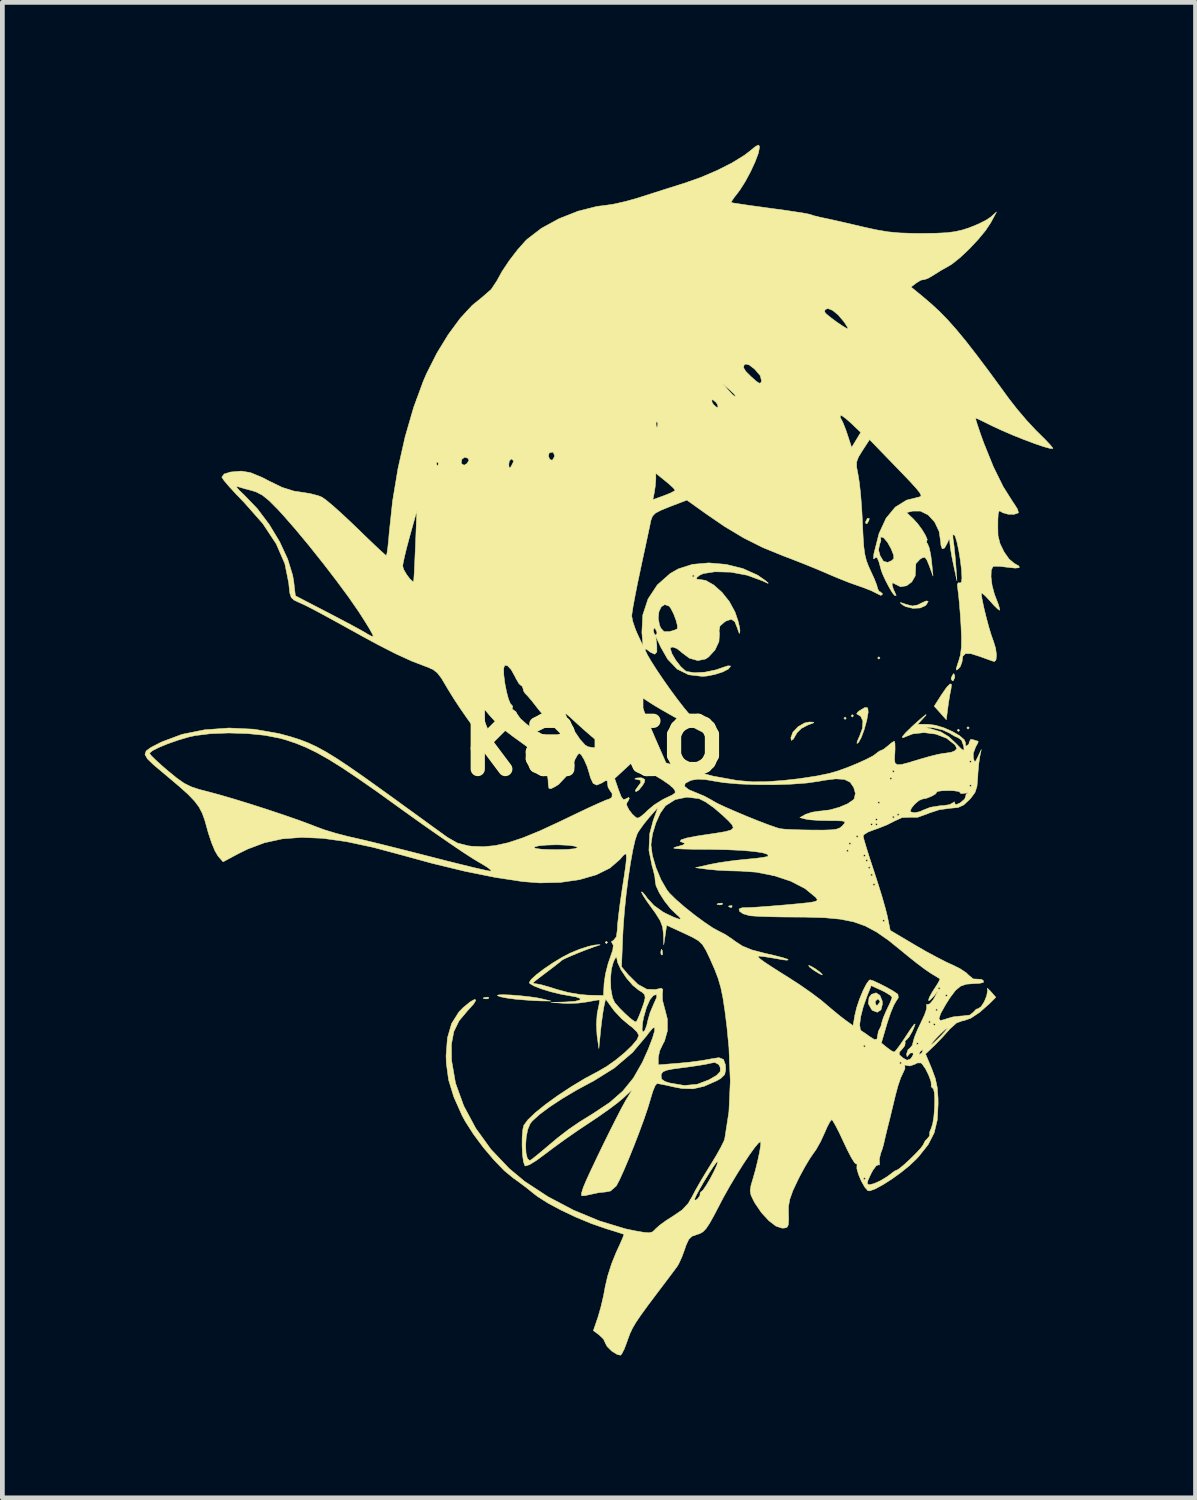
<source format=kicad_pcb>
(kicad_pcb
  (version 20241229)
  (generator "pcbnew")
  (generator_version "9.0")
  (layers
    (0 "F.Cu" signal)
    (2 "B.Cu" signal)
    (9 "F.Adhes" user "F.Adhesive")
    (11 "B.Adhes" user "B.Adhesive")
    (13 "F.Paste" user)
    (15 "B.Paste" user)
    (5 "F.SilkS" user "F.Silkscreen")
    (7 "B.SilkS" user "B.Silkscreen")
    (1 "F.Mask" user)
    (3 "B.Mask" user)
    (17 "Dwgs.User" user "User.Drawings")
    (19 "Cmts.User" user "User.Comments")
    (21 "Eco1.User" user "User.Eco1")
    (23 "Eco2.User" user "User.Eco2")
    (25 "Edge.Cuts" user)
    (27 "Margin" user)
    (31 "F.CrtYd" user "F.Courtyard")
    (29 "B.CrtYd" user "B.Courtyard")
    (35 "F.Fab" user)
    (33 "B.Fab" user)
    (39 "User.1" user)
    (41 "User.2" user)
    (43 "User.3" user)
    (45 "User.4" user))
  (footprint "kaito"
    (layer "F.Cu")
    (at 9.448 12.465)
    (property "Reference" "kaito" (at 0 0 0) (layer "F.SilkS") (effects (font (size 1.524 1.524) (thickness 0.3))))
    (attr through_hole)
    (fp_poly (pts (xy 0.305 4.343) (xy 0.279 4.369) (xy 0.254 4.343) (xy 0.279 4.318) (xy 0.305 4.343)) (stroke (width 0.01) (type solid)) (fill yes) (layer "F.SilkS"))
    (fp_poly (pts (xy 5.334 -0.381) (xy 5.309 -0.356) (xy 5.283 -0.381) (xy 5.309 -0.406) (xy 5.334 -0.381)) (stroke (width 0.01) (type solid)) (fill yes) (layer "F.SilkS"))
    (fp_poly (pts (xy 5.486 -0.432) (xy 5.461 -0.406) (xy 5.436 -0.432) (xy 5.461 -0.457) (xy 5.486 -0.432)) (stroke (width 0.01) (type solid)) (fill yes) (layer "F.SilkS"))
    (fp_poly (pts (xy 6.045 -1.651) (xy 6.02 -1.626) (xy 5.994 -1.651) (xy 6.02 -1.676) (xy 6.045 -1.651)) (stroke (width 0.01) (type solid)) (fill yes) (layer "F.SilkS"))
    (fp_poly (pts (xy 7.722 -0.127) (xy 7.696 -0.102) (xy 7.671 -0.127) (xy 7.696 -0.152) (xy 7.722 -0.127)) (stroke (width 0.01) (type solid)) (fill yes) (layer "F.SilkS"))
    (fp_poly (pts (xy 7.925 -0.178) (xy 7.899 -0.152) (xy 7.874 -0.178) (xy 7.899 -0.203) (xy 7.925 -0.178)) (stroke (width 0.01) (type solid)) (fill yes) (layer "F.SilkS"))
    (fp_poly (pts (xy -2.198 5.507) (xy -2.213 5.53) (xy -2.265 5.533) (xy -2.319 5.521) (xy -2.296 5.502) (xy -2.216 5.496) (xy -2.198 5.507)) (stroke (width 0.01) (type solid)) (fill yes) (layer "F.SilkS"))
    (fp_poly (pts (xy 1.457 4.512) (xy 1.463 4.591) (xy 1.453 4.609) (xy 1.43 4.594) (xy 1.426 4.542) (xy 1.439 4.488) (xy 1.457 4.512)) (stroke (width 0.01) (type solid)) (fill yes) (layer "F.SilkS"))
    (fp_poly (pts (xy 2.729 3.525) (xy 2.714 3.548) (xy 2.663 3.552) (xy 2.609 3.54) (xy 2.632 3.521) (xy 2.711 3.515) (xy 2.729 3.525)) (stroke (width 0.01) (type solid)) (fill yes) (layer "F.SilkS"))
    (fp_poly (pts (xy 2.929 3.573) (xy 2.922 3.603) (xy 2.896 3.607) (xy 2.854 3.588) (xy 2.862 3.573) (xy 2.922 3.567) (xy 2.929 3.573)) (stroke (width 0.01) (type solid)) (fill yes) (layer "F.SilkS"))
    (fp_poly (pts (xy 5.819 -4.589) (xy 5.811 -4.549) (xy 5.77 -4.478) (xy 5.743 -4.49) (xy 5.74 -4.518) (xy 5.777 -4.587) (xy 5.791 -4.597) (xy 5.819 -4.589)) (stroke (width 0.01) (type solid)) (fill yes) (layer "F.SilkS"))
    (fp_poly (pts (xy 7.618 -1.279) (xy 7.62 -1.245) (xy 7.593 -1.177) (xy 7.571 -1.168) (xy 7.543 -1.206) (xy 7.551 -1.245) (xy 7.587 -1.311) (xy 7.6 -1.321) (xy 7.618 -1.279)) (stroke (width 0.01) (type solid)) (fill yes) (layer "F.SilkS"))
    (fp_poly (pts (xy 4.604 4.851) (xy 4.691 4.904) (xy 4.775 4.966) (xy 4.827 5.014) (xy 4.826 5.028) (xy 4.771 5.003) (xy 4.668 4.941) (xy 4.648 4.928) (xy 4.562 4.863) (xy 4.54 4.829) (xy 4.547 4.827) (xy 4.604 4.851)) (stroke (width 0.01) (type solid)) (fill yes) (layer "F.SilkS"))
    (fp_poly (pts (xy 7.552 -1.093) (xy 7.54 -0.994) (xy 7.539 -0.99) (xy 7.514 -0.864) (xy 7.486 -0.69) (xy 7.475 -0.606) (xy 7.442 -0.349) (xy 7.315 -0.492) (xy 7.187 -0.635) (xy 7.34 -0.875) (xy 7.449 -1.032) (xy 7.521 -1.105) (xy 7.552 -1.093)) (stroke (width 0.01) (type solid)) (fill yes) (layer "F.SilkS"))
    (fp_poly (pts (xy 1.045 0.883) (xy 1.091 0.915) (xy 1.078 0.974) (xy 1.037 1.04) (xy 0.962 1.132) (xy 0.901 1.168) (xy 0.889 1.138) (xy 0.932 1.075) (xy 1.005 0.976) (xy 0.996 0.925) (xy 0.927 0.91) (xy 0.878 0.898) (xy 0.903 0.88) (xy 1.007 0.873) (xy 1.045 0.883)) (stroke (width 0.01) (type solid)) (fill yes) (layer "F.SilkS"))
    (fp_poly (pts (xy 4.644 -0.298) (xy 4.646 -0.284) (xy 4.559 -0.251) (xy 4.523 -0.238) (xy 4.388 -0.167) (xy 4.294 -0.073) (xy 4.289 -0.063) (xy 4.218 0.06) (xy 4.177 0.087) (xy 4.166 0.032) (xy 4.209 -0.087) (xy 4.317 -0.201) (xy 4.454 -0.281) (xy 4.557 -0.302) (xy 4.644 -0.298)) (stroke (width 0.01) (type solid)) (fill yes) (layer "F.SilkS"))
    (fp_poly (pts (xy -1.732 5.451) (xy -1.545 5.466) (xy -1.353 5.486) (xy -1.179 5.511) (xy -1.067 5.534) (xy -0.889 5.578) (xy -1.092 5.576) (xy -1.253 5.569) (xy -1.464 5.554) (xy -1.638 5.539) (xy -1.817 5.515) (xy -1.954 5.488) (xy -2.019 5.463) (xy -1.992 5.448) (xy -1.889 5.445) (xy -1.732 5.451)) (stroke (width 0.01) (type solid)) (fill yes) (layer "F.SilkS"))
    (fp_poly (pts (xy 7.061 -2.843) (xy 7.023 -2.778) (xy 7 -2.753) (xy 6.891 -2.704) (xy 6.737 -2.697) (xy 6.586 -2.733) (xy 6.525 -2.767) (xy 6.47 -2.813) (xy 6.488 -2.817) (xy 6.59 -2.782) (xy 6.594 -2.78) (xy 6.73 -2.746) (xy 6.842 -2.769) (xy 6.911 -2.805) (xy 7.02 -2.854) (xy 7.061 -2.843)) (stroke (width 0.01) (type solid)) (fill yes) (layer "F.SilkS"))
    (fp_poly (pts (xy 5.786 -0.599) (xy 5.796 -0.508) (xy 5.766 -0.339) (xy 5.71 -0.137) (xy 5.649 0.027) (xy 5.592 0.129) (xy 5.56 0.152) (xy 5.563 0.113) (xy 5.604 0.018) (xy 5.612 0.003) (xy 5.675 -0.17) (xy 5.684 -0.32) (xy 5.639 -0.421) (xy 5.606 -0.442) (xy 5.552 -0.473) (xy 5.581 -0.515) (xy 5.616 -0.542) (xy 5.727 -0.608) (xy 5.786 -0.599)) (stroke (width 0.01) (type solid)) (fill yes) (layer "F.SilkS"))
    (fp_poly (pts (xy 6.043 5.458) (xy 6.091 5.576) (xy 6.096 5.64) (xy 6.065 5.764) (xy 5.988 5.814) (xy 5.888 5.777) (xy 5.869 5.76) (xy 5.799 5.633) (xy 5.801 5.616) (xy 5.944 5.616) (xy 5.968 5.669) (xy 5.994 5.664) (xy 6.043 5.599) (xy 6.045 5.585) (xy 6.006 5.539) (xy 5.994 5.537) (xy 5.95 5.579) (xy 5.944 5.616) (xy 5.801 5.616) (xy 5.814 5.503) (xy 5.867 5.436) (xy 5.962 5.405) (xy 6.043 5.458)) (stroke (width 0.01) (type solid)) (fill yes) (layer "F.SilkS"))
    (fp_poly (pts (xy 3.503 -12.437) (xy 3.505 -12.404) (xy 3.48 -12.282) (xy 3.412 -12.103) (xy 3.317 -11.897) (xy 3.207 -11.692) (xy 3.096 -11.517) (xy 3.054 -11.46) (xy 2.965 -11.345) (xy 2.914 -11.267) (xy 2.908 -11.248) (xy 2.96 -11.237) (xy 3.096 -11.216) (xy 3.298 -11.186) (xy 3.55 -11.152) (xy 3.729 -11.127) (xy 4.005 -11.09) (xy 4.246 -11.054) (xy 4.433 -11.025) (xy 4.548 -11.003) (xy 4.576 -10.996) (xy 4.647 -10.971) (xy 4.778 -10.939) (xy 4.835 -10.927) (xy 4.972 -10.898) (xy 5.179 -10.852) (xy 5.427 -10.795) (xy 5.664 -10.739) (xy 5.964 -10.673) (xy 6.217 -10.63) (xy 6.464 -10.607) (xy 6.748 -10.598) (xy 6.934 -10.597) (xy 7.231 -10.601) (xy 7.454 -10.612) (xy 7.63 -10.635) (xy 7.786 -10.671) (xy 7.925 -10.716) (xy 8.114 -10.793) (xy 8.28 -10.876) (xy 8.377 -10.941) (xy 8.5 -11.049) (xy 8.377 -10.821) (xy 8.269 -10.658) (xy 8.11 -10.466) (xy 7.923 -10.267) (xy 7.733 -10.088) (xy 7.564 -9.953) (xy 7.488 -9.906) (xy 7.343 -9.825) (xy 7.186 -9.727) (xy 7.169 -9.716) (xy 7.054 -9.649) (xy 6.976 -9.622) (xy 6.965 -9.623) (xy 6.905 -9.611) (xy 6.814 -9.556) (xy 6.698 -9.468) (xy 6.942 -9.268) (xy 7.124 -9.113) (xy 7.297 -8.953) (xy 7.47 -8.776) (xy 7.652 -8.571) (xy 7.852 -8.329) (xy 8.079 -8.037) (xy 8.343 -7.686) (xy 8.652 -7.264) (xy 8.755 -7.122) (xy 8.931 -6.896) (xy 9.134 -6.657) (xy 9.33 -6.447) (xy 9.38 -6.398) (xy 9.522 -6.257) (xy 9.629 -6.144) (xy 9.684 -6.076) (xy 9.688 -6.064) (xy 9.628 -6.066) (xy 9.494 -6.103) (xy 9.306 -6.167) (xy 9.084 -6.25) (xy 8.846 -6.345) (xy 8.612 -6.446) (xy 8.401 -6.544) (xy 8.371 -6.559) (xy 8.218 -6.635) (xy 8.105 -6.688) (xy 8.059 -6.706) (xy 8.067 -6.661) (xy 8.105 -6.541) (xy 8.165 -6.363) (xy 8.235 -6.171) (xy 8.434 -5.679) (xy 8.64 -5.261) (xy 8.849 -4.93) (xy 8.872 -4.898) (xy 8.94 -4.79) (xy 8.962 -4.717) (xy 8.957 -4.707) (xy 8.87 -4.677) (xy 8.743 -4.68) (xy 8.628 -4.712) (xy 8.595 -4.735) (xy 8.557 -4.751) (xy 8.536 -4.693) (xy 8.529 -4.569) (xy 8.528 -4.399) (xy 8.531 -4.252) (xy 8.533 -4.222) (xy 8.574 -4.06) (xy 8.659 -3.885) (xy 8.765 -3.735) (xy 8.871 -3.646) (xy 8.872 -3.645) (xy 8.973 -3.587) (xy 8.979 -3.553) (xy 8.894 -3.544) (xy 8.73 -3.562) (xy 8.573 -3.581) (xy 8.459 -3.583) (xy 8.425 -3.577) (xy 8.389 -3.501) (xy 8.384 -3.36) (xy 8.406 -3.182) (xy 8.455 -2.997) (xy 8.485 -2.918) (xy 8.539 -2.778) (xy 8.567 -2.682) (xy 8.567 -2.657) (xy 8.526 -2.681) (xy 8.441 -2.764) (xy 8.363 -2.852) (xy 8.264 -2.958) (xy 8.197 -3.015) (xy 8.179 -3.013) (xy 8.193 -2.903) (xy 8.229 -2.728) (xy 8.28 -2.518) (xy 8.337 -2.304) (xy 8.394 -2.117) (xy 8.437 -1.998) (xy 8.481 -1.855) (xy 8.499 -1.715) (xy 8.489 -1.611) (xy 8.454 -1.575) (xy 8.401 -1.591) (xy 8.281 -1.634) (xy 8.149 -1.682) (xy 7.962 -1.741) (xy 7.847 -1.744) (xy 7.789 -1.686) (xy 7.773 -1.568) (xy 7.736 -1.468) (xy 7.696 -1.422) (xy 7.655 -1.396) (xy 7.651 -1.428) (xy 7.684 -1.534) (xy 7.701 -1.581) (xy 7.74 -1.717) (xy 7.759 -1.874) (xy 7.762 -2.08) (xy 7.751 -2.337) (xy 7.735 -2.584) (xy 7.716 -2.814) (xy 7.698 -2.996) (xy 7.688 -3.069) (xy 7.674 -3.196) (xy 7.693 -3.238) (xy 7.714 -3.231) (xy 7.759 -3.241) (xy 7.771 -3.337) (xy 7.762 -3.507) (xy 7.738 -3.708) (xy 7.705 -3.91) (xy 7.668 -4.086) (xy 7.632 -4.207) (xy 7.613 -4.241) (xy 7.58 -4.249) (xy 7.582 -4.17) (xy 7.587 -4.14) (xy 7.605 -4.011) (xy 7.625 -3.822) (xy 7.641 -3.632) (xy 7.666 -3.277) (xy 7.595 -3.607) (xy 7.556 -3.799) (xy 7.528 -3.967) (xy 7.518 -4.064) (xy 7.511 -4.151) (xy 7.493 -4.141) (xy 7.468 -4.082) (xy 7.406 -3.968) (xy 7.356 -3.95) (xy 7.328 -4.029) (xy 7.325 -4.088) (xy 7.29 -4.318) (xy 7.196 -4.516) (xy 7.059 -4.665) (xy 6.895 -4.746) (xy 6.734 -4.746) (xy 6.605 -4.714) (xy 6.749 -4.579) (xy 6.84 -4.478) (xy 6.929 -4.357) (xy 7.001 -4.238) (xy 7.04 -4.149) (xy 7.031 -4.115) (xy 7.028 -4.084) (xy 7.05 -4.051) (xy 7.083 -3.969) (xy 7.114 -3.821) (xy 7.132 -3.683) (xy 7.162 -3.378) (xy 7.083 -3.593) (xy 7.03 -3.722) (xy 6.988 -3.773) (xy 6.933 -3.76) (xy 6.887 -3.731) (xy 6.8 -3.637) (xy 6.795 -3.53) (xy 6.786 -3.379) (xy 6.714 -3.253) (xy 6.604 -3.172) (xy 6.478 -3.151) (xy 6.361 -3.209) (xy 6.36 -3.211) (xy 6.31 -3.237) (xy 6.299 -3.191) (xy 6.328 -3.094) (xy 6.355 -3.039) (xy 6.386 -2.967) (xy 6.358 -2.967) (xy 6.349 -2.972) (xy 6.301 -3.032) (xy 6.231 -3.151) (xy 6.156 -3.295) (xy 6.095 -3.429) (xy 6.069 -3.505) (xy 6.022 -3.677) (xy 5.986 -3.761) (xy 5.953 -3.772) (xy 5.934 -3.751) (xy 5.908 -3.74) (xy 5.913 -3.824) (xy 5.919 -3.861) (xy 5.936 -3.928) (xy 6.013 -3.928) (xy 6.047 -3.805) (xy 6.118 -3.688) (xy 6.207 -3.665) (xy 6.296 -3.705) (xy 6.336 -3.748) (xy 6.332 -3.818) (xy 6.281 -3.946) (xy 6.277 -3.956) (xy 6.203 -4.088) (xy 6.127 -4.177) (xy 6.104 -4.191) (xy 6.052 -4.201) (xy 6.058 -4.187) (xy 6.064 -4.121) (xy 6.039 -4.053) (xy 6.013 -3.928) (xy 5.936 -3.928) (xy 6.024 -4.273) (xy 6.172 -4.594) (xy 6.365 -4.828) (xy 6.605 -4.977) (xy 6.858 -5.04) (xy 6.899 -5.051) (xy 6.91 -5.079) (xy 6.881 -5.135) (xy 6.807 -5.227) (xy 6.679 -5.368) (xy 6.489 -5.566) (xy 6.405 -5.653) (xy 5.825 -6.252) (xy 5.674 -6.02) (xy 5.591 -5.885) (xy 5.553 -5.784) (xy 5.552 -5.674) (xy 5.583 -5.511) (xy 5.585 -5.498) (xy 5.611 -5.336) (xy 5.636 -5.103) (xy 5.658 -4.826) (xy 5.674 -4.537) (xy 5.675 -4.496) (xy 5.689 -4.204) (xy 5.704 -3.99) (xy 5.726 -3.83) (xy 5.758 -3.702) (xy 5.804 -3.581) (xy 5.849 -3.483) (xy 5.924 -3.319) (xy 5.977 -3.184) (xy 5.994 -3.115) (xy 6.025 -3.054) (xy 6.045 -3.048) (xy 6.094 -3.009) (xy 6.096 -2.991) (xy 6.062 -2.969) (xy 5.982 -3.008) (xy 5.869 -3.065) (xy 5.703 -3.131) (xy 5.588 -3.171) (xy 5.399 -3.238) (xy 5.167 -3.33) (xy 4.94 -3.426) (xy 4.928 -3.432) (xy 4.711 -3.524) (xy 4.441 -3.634) (xy 4.16 -3.744) (xy 4.006 -3.802) (xy 3.575 -3.978) (xy 3.172 -4.18) (xy 2.764 -4.425) (xy 2.372 -4.694) (xy 1.976 -4.977) (xy 1.612 -4.838) (xy 1.426 -4.762) (xy 1.313 -4.703) (xy 1.252 -4.641) (xy 1.22 -4.559) (xy 1.211 -4.521) (xy 1.189 -4.412) (xy 1.149 -4.225) (xy 1.097 -3.98) (xy 1.036 -3.7) (xy 0.994 -3.5) (xy 0.933 -3.212) (xy 0.882 -2.952) (xy 0.842 -2.738) (xy 0.819 -2.59) (xy 0.813 -2.535) (xy 0.835 -2.42) (xy 0.889 -2.26) (xy 0.932 -2.159) (xy 1.051 -1.905) (xy 1.027 -2.192) (xy 1.028 -2.21) (xy 1.27 -2.21) (xy 1.297 -2.142) (xy 1.319 -2.134) (xy 1.347 -2.171) (xy 1.339 -2.21) (xy 1.303 -2.277) (xy 1.29 -2.286) (xy 1.272 -2.245) (xy 1.27 -2.21) (xy 1.028 -2.21) (xy 1.043 -2.491) (xy 1.372 -2.491) (xy 1.398 -2.344) (xy 1.427 -2.278) (xy 1.494 -2.206) (xy 1.601 -2.206) (xy 1.617 -2.209) (xy 1.724 -2.241) (xy 1.773 -2.264) (xy 1.777 -2.328) (xy 1.747 -2.445) (xy 1.697 -2.579) (xy 1.639 -2.693) (xy 1.6 -2.743) (xy 1.51 -2.776) (xy 1.436 -2.73) (xy 1.387 -2.628) (xy 1.372 -2.491) (xy 1.043 -2.491) (xy 1.046 -2.557) (xy 1.157 -2.894) (xy 1.352 -3.19) (xy 1.565 -3.378) (xy 2.083 -3.378) (xy 2.108 -3.353) (xy 2.134 -3.378) (xy 2.108 -3.404) (xy 2.083 -3.378) (xy 1.565 -3.378) (xy 1.622 -3.429) (xy 1.792 -3.527) (xy 2.091 -3.623) (xy 2.436 -3.654) (xy 2.8 -3.623) (xy 3.153 -3.536) (xy 3.467 -3.395) (xy 3.632 -3.28) (xy 3.691 -3.229) (xy 3.68 -3.224) (xy 3.591 -3.265) (xy 3.564 -3.278) (xy 3.247 -3.394) (xy 2.901 -3.459) (xy 2.564 -3.467) (xy 2.324 -3.43) (xy 2.237 -3.391) (xy 2.183 -3.344) (xy 2.181 -3.31) (xy 2.223 -3.308) (xy 2.372 -3.285) (xy 2.542 -3.188) (xy 2.715 -3.034) (xy 2.869 -2.841) (xy 2.985 -2.628) (xy 2.996 -2.602) (xy 3.053 -2.432) (xy 3.088 -2.284) (xy 3.094 -2.221) (xy 3.085 -2.166) (xy 3.064 -2.203) (xy 3.043 -2.271) (xy 2.986 -2.414) (xy 2.914 -2.466) (xy 2.809 -2.433) (xy 2.765 -2.406) (xy 2.672 -2.323) (xy 2.654 -2.223) (xy 2.662 -2.169) (xy 2.651 -1.996) (xy 2.567 -1.817) (xy 2.431 -1.67) (xy 2.366 -1.628) (xy 2.206 -1.596) (xy 2.029 -1.646) (xy 1.863 -1.769) (xy 1.85 -1.783) (xy 1.764 -1.85) (xy 1.678 -1.882) (xy 1.628 -1.866) (xy 1.626 -1.852) (xy 1.659 -1.743) (xy 1.741 -1.603) (xy 1.845 -1.469) (xy 1.945 -1.379) (xy 1.971 -1.366) (xy 2.137 -1.339) (xy 2.357 -1.352) (xy 2.591 -1.401) (xy 2.731 -1.45) (xy 2.839 -1.485) (xy 2.894 -1.482) (xy 2.896 -1.476) (xy 2.85 -1.418) (xy 2.732 -1.357) (xy 2.571 -1.305) (xy 2.396 -1.27) (xy 2.299 -1.263) (xy 2.012 -1.297) (xy 1.77 -1.417) (xy 1.569 -1.627) (xy 1.425 -1.88) (xy 1.319 -2.108) (xy 1.342 -1.918) (xy 1.343 -1.778) (xy 1.299 -1.73) (xy 1.207 -1.771) (xy 1.15 -1.816) (xy 1.099 -1.847) (xy 1.1 -1.808) (xy 1.146 -1.712) (xy 1.229 -1.571) (xy 1.341 -1.396) (xy 1.473 -1.2) (xy 1.618 -0.994) (xy 1.767 -0.791) (xy 1.913 -0.603) (xy 2.047 -0.441) (xy 2.119 -0.362) (xy 2.251 -0.222) (xy 2.346 -0.114) (xy 2.392 -0.056) (xy 2.393 -0.051) (xy 2.334 -0.074) (xy 2.207 -0.138) (xy 2.033 -0.23) (xy 1.832 -0.34) (xy 1.626 -0.455) (xy 1.434 -0.565) (xy 1.276 -0.659) (xy 1.182 -0.719) (xy 1.061 -0.799) (xy 0.982 -0.844) (xy 0.965 -0.847) (xy 0.985 -0.771) (xy 1.038 -0.621) (xy 1.117 -0.416) (xy 1.215 -0.177) (xy 1.324 0.078) (xy 1.327 0.084) (xy 1.535 0.559) (xy 1.949 0.684) (xy 2.529 0.839) (xy 3.039 0.931) (xy 3.367 0.959) (xy 3.652 0.956) (xy 3.997 0.931) (xy 4.365 0.89) (xy 4.368 0.889) (xy 6.248 0.889) (xy 6.274 0.914) (xy 6.299 0.889) (xy 6.274 0.864) (xy 6.248 0.889) (xy 4.368 0.889) (xy 4.717 0.835) (xy 4.978 0.781) (xy 5.132 0.737) (xy 6.299 0.737) (xy 6.325 0.762) (xy 6.35 0.737) (xy 6.325 0.711) (xy 6.299 0.737) (xy 5.132 0.737) (xy 5.155 0.73) (xy 5.36 0.656) (xy 5.568 0.571) (xy 5.757 0.485) (xy 5.903 0.409) (xy 5.98 0.351) (xy 5.986 0.343) (xy 6.044 0.305) (xy 6.052 0.305) (xy 6.121 0.273) (xy 6.209 0.203) (xy 6.296 0.13) (xy 6.347 0.102) (xy 6.36 0.147) (xy 6.362 0.264) (xy 6.358 0.356) (xy 6.351 0.484) (xy 6.362 0.563) (xy 6.409 0.598) (xy 6.505 0.592) (xy 6.669 0.549) (xy 6.72 0.533) (xy 7.925 0.533) (xy 7.95 0.559) (xy 7.976 0.533) (xy 7.95 0.508) (xy 7.925 0.533) (xy 6.72 0.533) (xy 6.883 0.483) (xy 7.089 0.424) (xy 7.271 0.379) (xy 7.397 0.357) (xy 7.417 0.356) (xy 7.545 0.336) (xy 7.617 0.308) (xy 7.664 0.261) (xy 7.636 0.198) (xy 7.617 0.173) (xy 7.448 0.04) (xy 7.222 -0.046) (xy 6.972 -0.078) (xy 6.734 -0.051) (xy 6.61 -0.003) (xy 6.524 0.033) (xy 6.516 0.008) (xy 6.584 -0.074) (xy 6.703 -0.189) (xy 6.993 -0.189) (xy 7.053 -0.173) (xy 7.112 -0.16) (xy 7.324 -0.095) (xy 7.494 0.009) (xy 7.642 0.148) (xy 7.749 0.257) (xy 7.801 0.296) (xy 7.815 0.27) (xy 7.807 0.205) (xy 7.762 0.08) (xy 7.685 0.025) (xy 7.679 0.024) (xy 7.617 -0.003) (xy 7.514 -0.065) (xy 7.508 -0.069) (xy 7.366 -0.134) (xy 7.19 -0.176) (xy 7.152 -0.181) (xy 7.024 -0.191) (xy 6.993 -0.189) (xy 6.703 -0.189) (xy 6.727 -0.213) (xy 6.833 -0.309) (xy 6.952 -0.411) (xy 7.014 -0.459) (xy 7.014 -0.446) (xy 6.988 -0.417) (xy 6.839 -0.254) (xy 7.054 -0.254) (xy 7.214 -0.233) (xy 7.393 -0.179) (xy 7.568 -0.102) (xy 7.718 -0.015) (xy 7.819 0.071) (xy 7.85 0.144) (xy 7.844 0.159) (xy 7.855 0.201) (xy 7.871 0.203) (xy 7.918 0.162) (xy 7.925 0.122) (xy 7.955 0.064) (xy 8.005 0.071) (xy 8.09 0.098) (xy 8.113 0.102) (xy 8.108 0.138) (xy 8.061 0.222) (xy 8.01 0.359) (xy 8.012 0.457) (xy 8.035 0.53) (xy 8.061 0.522) (xy 8.109 0.429) (xy 8.11 0.425) (xy 8.179 0.279) (xy 8.147 0.432) (xy 8.127 0.571) (xy 8.11 0.758) (xy 8.104 0.872) (xy 8.088 1.055) (xy 8.047 1.182) (xy 7.963 1.297) (xy 7.928 1.336) (xy 7.807 1.447) (xy 7.69 1.5) (xy 7.526 1.516) (xy 7.513 1.517) (xy 7.29 1.548) (xy 7.077 1.618) (xy 7.054 1.629) (xy 6.837 1.707) (xy 6.686 1.706) (xy 6.511 1.712) (xy 6.351 1.784) (xy 6.19 1.866) (xy 5.997 1.943) (xy 5.932 1.964) (xy 5.793 2.017) (xy 5.705 2.073) (xy 5.69 2.1) (xy 5.705 2.169) (xy 5.748 2.315) (xy 5.811 2.518) (xy 5.89 2.76) (xy 5.917 2.841) (xy 6.006 3.116) (xy 6.089 3.384) (xy 6.155 3.616) (xy 6.198 3.785) (xy 6.202 3.804) (xy 6.26 4.089) (xy 6.774 4.394) (xy 7.009 4.53) (xy 7.245 4.657) (xy 7.448 4.761) (xy 7.563 4.813) (xy 7.728 4.894) (xy 7.86 4.981) (xy 7.913 5.033) (xy 8.01 5.112) (xy 8.081 5.115) (xy 8.183 5.121) (xy 8.223 5.149) (xy 8.224 5.186) (xy 8.143 5.205) (xy 8.023 5.211) (xy 7.864 5.223) (xy 7.742 5.265) (xy 7.636 5.353) (xy 7.522 5.504) (xy 7.422 5.662) (xy 7.322 5.842) (xy 7.287 5.949) (xy 7.318 5.988) (xy 7.414 5.965) (xy 7.444 5.952) (xy 7.583 5.912) (xy 7.752 5.893) (xy 7.776 5.893) (xy 7.938 5.873) (xy 8.008 5.817) (xy 8.073 5.749) (xy 8.111 5.74) (xy 8.175 5.697) (xy 8.242 5.593) (xy 8.293 5.466) (xy 8.312 5.355) (xy 8.304 5.319) (xy 8.31 5.309) (xy 8.366 5.364) (xy 8.379 5.378) (xy 8.485 5.499) (xy 8.356 5.628) (xy 8.149 5.812) (xy 7.96 5.938) (xy 7.807 5.993) (xy 7.784 5.994) (xy 7.657 6.04) (xy 7.512 6.171) (xy 7.501 6.184) (xy 7.361 6.34) (xy 7.21 6.497) (xy 7.172 6.533) (xy 7.004 6.693) (xy 7.136 7.007) (xy 7.21 7.208) (xy 7.251 7.4) (xy 7.268 7.628) (xy 7.269 7.747) (xy 7.252 8.082) (xy 7.186 8.355) (xy 7.061 8.601) (xy 6.861 8.853) (xy 6.806 8.912) (xy 6.659 9.051) (xy 6.48 9.195) (xy 6.288 9.333) (xy 6.102 9.451) (xy 5.943 9.537) (xy 5.829 9.578) (xy 5.79 9.575) (xy 5.724 9.5) (xy 5.682 9.426) (xy 5.776 9.426) (xy 5.805 9.448) (xy 5.822 9.449) (xy 5.919 9.425) (xy 6.048 9.367) (xy 6.062 9.36) (xy 6.19 9.282) (xy 6.285 9.212) (xy 6.289 9.207) (xy 6.365 9.153) (xy 6.394 9.144) (xy 6.451 9.11) (xy 6.554 9.025) (xy 6.68 8.909) (xy 6.804 8.786) (xy 6.904 8.678) (xy 6.956 8.607) (xy 6.96 8.597) (xy 6.995 8.526) (xy 7.037 8.483) (xy 7.09 8.42) (xy 7.09 8.393) (xy 7.092 8.336) (xy 7.124 8.261) (xy 7.156 8.16) (xy 7.18 8.007) (xy 7.194 7.829) (xy 7.198 7.655) (xy 7.191 7.512) (xy 7.171 7.428) (xy 7.157 7.417) (xy 7.122 7.38) (xy 7.126 7.353) (xy 7.118 7.269) (xy 7.071 7.141) (xy 7.004 7.006) (xy 6.934 6.906) (xy 6.907 6.882) (xy 6.828 6.883) (xy 6.78 6.91) (xy 6.675 6.946) (xy 6.619 6.937) (xy 6.563 6.925) (xy 6.568 6.94) (xy 6.57 7.004) (xy 6.53 7.091) (xy 6.48 7.198) (xy 6.423 7.367) (xy 6.373 7.552) (xy 6.316 7.789) (xy 6.255 8.042) (xy 6.214 8.204) (xy 6.171 8.379) (xy 6.138 8.52) (xy 6.124 8.585) (xy 6.095 8.69) (xy 6.059 8.788) (xy 6.03 8.91) (xy 6.035 8.987) (xy 6.034 9.034) (xy 6.012 9.028) (xy 5.963 9.051) (xy 5.894 9.144) (xy 5.852 9.223) (xy 5.79 9.358) (xy 5.776 9.426) (xy 5.682 9.426) (xy 5.652 9.373) (xy 5.63 9.322) (xy 5.69 9.322) (xy 5.715 9.347) (xy 5.74 9.322) (xy 5.715 9.296) (xy 5.69 9.322) (xy 5.63 9.322) (xy 5.591 9.23) (xy 5.557 9.109) (xy 5.558 9.06) (xy 5.562 9.01) (xy 5.543 9.013) (xy 5.506 8.981) (xy 5.439 8.874) (xy 5.354 8.709) (xy 5.283 8.559) (xy 5.189 8.359) (xy 5.108 8.201) (xy 5.05 8.101) (xy 5.028 8.077) (xy 4.99 8.12) (xy 4.931 8.233) (xy 4.874 8.363) (xy 4.79 8.545) (xy 4.697 8.709) (xy 4.642 8.786) (xy 4.567 8.895) (xy 4.465 9.065) (xy 4.356 9.266) (xy 4.317 9.343) (xy 4.207 9.577) (xy 4.144 9.755) (xy 4.117 9.905) (xy 4.116 9.999) (xy 4.12 10.188) (xy 4.112 10.296) (xy 4.084 10.347) (xy 4.026 10.362) (xy 3.98 10.363) (xy 3.852 10.321) (xy 3.702 10.206) (xy 3.548 10.039) (xy 3.411 9.839) (xy 3.381 9.784) (xy 3.326 9.668) (xy 3.309 9.574) (xy 3.327 9.46) (xy 3.365 9.332) (xy 3.42 9.139) (xy 3.469 8.939) (xy 3.508 8.756) (xy 3.53 8.616) (xy 3.532 8.545) (xy 3.53 8.542) (xy 3.488 8.565) (xy 3.406 8.662) (xy 3.294 8.817) (xy 3.162 9.015) (xy 3.02 9.241) (xy 2.878 9.479) (xy 2.745 9.716) (xy 2.682 9.836) (xy 2.552 10.086) (xy 2.455 10.26) (xy 2.38 10.373) (xy 2.315 10.44) (xy 2.25 10.478) (xy 2.191 10.497) (xy 2.083 10.535) (xy 2.014 10.602) (xy 1.957 10.727) (xy 1.931 10.805) (xy 1.869 10.974) (xy 1.804 11.115) (xy 1.773 11.167) (xy 1.715 11.246) (xy 1.611 11.385) (xy 1.476 11.564) (xy 1.342 11.741) (xy 1.147 12.001) (xy 1.004 12.198) (xy 0.901 12.35) (xy 0.828 12.474) (xy 0.775 12.588) (xy 0.73 12.709) (xy 0.711 12.765) (xy 0.655 12.913) (xy 0.602 13.015) (xy 0.576 13.041) (xy 0.505 13.024) (xy 0.401 12.96) (xy 0.39 12.952) (xy 0.297 12.86) (xy 0.254 12.782) (xy 0.254 12.777) (xy 0.217 12.7) (xy 0.129 12.615) (xy 0.005 12.522) (xy 0.102 12.239) (xy 0.162 12.031) (xy 0.22 11.784) (xy 0.253 11.604) (xy 0.306 11.374) (xy 0.39 11.111) (xy 0.485 10.876) (xy 0.565 10.703) (xy 0.623 10.57) (xy 0.649 10.499) (xy 0.649 10.493) (xy 0.597 10.476) (xy 0.473 10.436) (xy 0.3 10.383) (xy 0.254 10.368) (xy -0.045 10.264) (xy -0.363 10.132) (xy -0.673 9.985) (xy -0.95 9.837) (xy -1.168 9.699) (xy -1.245 9.64) (xy -1.414 9.504) (xy -1.606 9.361) (xy -1.683 9.307) (xy -1.873 9.151) (xy -2.089 8.928) (xy -2.312 8.665) (xy -2.52 8.386) (xy -2.693 8.116) (xy -2.759 7.995) (xy -2.936 7.598) (xy -3.046 7.238) (xy -3.094 6.885) (xy -3.099 6.731) (xy -3.07 6.355) (xy -2.982 6.052) (xy -2.829 5.809) (xy -2.739 5.717) (xy -2.589 5.594) (xy -2.497 5.543) (xy -2.471 5.559) (xy -2.517 5.639) (xy -2.642 5.777) (xy -2.644 5.779) (xy -2.825 5.995) (xy -2.936 6.223) (xy -2.986 6.489) (xy -2.983 6.819) (xy -2.982 6.833) (xy -2.9 7.306) (xy -2.727 7.786) (xy -2.475 8.257) (xy -2.153 8.703) (xy -1.769 9.107) (xy -1.441 9.38) (xy -0.951 9.701) (xy -0.415 9.984) (xy 0.138 10.213) (xy 0.678 10.377) (xy 0.883 10.42) (xy 1.068 10.452) (xy 1.18 10.461) (xy 1.248 10.444) (xy 1.299 10.399) (xy 1.313 10.382) (xy 1.401 10.303) (xy 1.544 10.199) (xy 1.682 10.112) (xy 1.875 9.98) (xy 2.004 9.842) (xy 2.047 9.767) (xy 2.134 9.767) (xy 2.163 9.773) (xy 2.204 9.743) (xy 2.253 9.671) (xy 2.252 9.639) (xy 2.264 9.602) (xy 2.273 9.601) (xy 2.317 9.56) (xy 2.387 9.457) (xy 2.468 9.318) (xy 2.545 9.171) (xy 2.603 9.045) (xy 2.627 8.968) (xy 2.624 8.957) (xy 2.591 8.987) (xy 2.522 9.083) (xy 2.433 9.222) (xy 2.335 9.381) (xy 2.244 9.539) (xy 2.173 9.671) (xy 2.136 9.755) (xy 2.134 9.767) (xy 2.047 9.767) (xy 2.081 9.709) (xy 2.159 9.561) (xy 2.273 9.361) (xy 2.405 9.142) (xy 2.47 9.038) (xy 2.59 8.84) (xy 2.69 8.662) (xy 2.756 8.528) (xy 2.773 8.479) (xy 2.861 7.911) (xy 2.89 7.266) (xy 2.874 6.883) (xy 6.452 6.883) (xy 6.477 6.909) (xy 6.502 6.883) (xy 6.477 6.858) (xy 6.452 6.883) (xy 2.874 6.883) (xy 2.861 6.551) (xy 2.858 6.528) (xy 5.69 6.528) (xy 5.715 6.553) (xy 5.74 6.528) (xy 5.715 6.502) (xy 5.69 6.528) (xy 2.858 6.528) (xy 2.819 6.124) (xy 2.776 5.78) (xy 2.735 5.512) (xy 2.69 5.294) (xy 2.634 5.102) (xy 2.561 4.91) (xy 2.465 4.693) (xy 2.464 4.69) (xy 2.377 4.508) (xy 2.304 4.389) (xy 2.218 4.306) (xy 2.09 4.232) (xy 1.923 4.153) (xy 1.549 3.981) (xy 1.519 4.188) (xy 1.488 4.394) (xy 1.481 4.165) (xy 1.464 4.019) (xy 1.413 3.884) (xy 1.313 3.724) (xy 1.245 3.631) (xy 1.135 3.478) (xy 1.054 3.354) (xy 1.017 3.282) (xy 1.017 3.278) (xy 1.041 3.284) (xy 1.103 3.358) (xy 1.143 3.415) (xy 1.282 3.565) (xy 1.472 3.701) (xy 1.528 3.731) (xy 1.709 3.816) (xy 1.818 3.854) (xy 1.849 3.845) (xy 1.799 3.788) (xy 1.759 3.755) (xy 1.631 3.631) (xy 1.504 3.47) (xy 1.396 3.3) (xy 1.326 3.151) (xy 1.31 3.066) (xy 1.299 2.949) (xy 1.26 2.792) (xy 1.244 2.741) (xy 1.176 2.405) (xy 1.181 2.29) (xy 1.219 2.29) (xy 1.248 2.509) (xy 1.324 2.768) (xy 1.431 3.024) (xy 1.555 3.237) (xy 1.609 3.305) (xy 1.746 3.44) (xy 1.929 3.599) (xy 2.136 3.764) (xy 2.342 3.916) (xy 2.523 4.038) (xy 2.656 4.11) (xy 2.665 4.114) (xy 2.787 4.177) (xy 2.936 4.277) (xy 2.994 4.321) (xy 3.147 4.42) (xy 3.343 4.5) (xy 3.611 4.57) (xy 3.634 4.575) (xy 3.835 4.622) (xy 3.997 4.664) (xy 4.094 4.696) (xy 4.11 4.704) (xy 4.089 4.718) (xy 3.998 4.709) (xy 3.988 4.707) (xy 3.832 4.679) (xy 3.653 4.65) (xy 3.632 4.647) (xy 3.507 4.631) (xy 3.469 4.638) (xy 3.503 4.676) (xy 3.531 4.7) (xy 3.614 4.76) (xy 3.762 4.858) (xy 3.952 4.979) (xy 4.12 5.084) (xy 4.355 5.236) (xy 4.591 5.401) (xy 4.795 5.554) (xy 4.889 5.632) (xy 5.054 5.772) (xy 5.211 5.901) (xy 5.324 5.987) (xy 5.477 6.096) (xy 5.481 6.077) (xy 5.616 6.077) (xy 5.631 6.183) (xy 5.649 6.204) (xy 5.74 6.264) (xy 5.817 6.32) (xy 5.926 6.389) (xy 5.981 6.38) (xy 5.994 6.308) (xy 6.012 6.21) (xy 6.03 6.179) (xy 6.066 6.104) (xy 6.08 6.042) (xy 6.113 5.933) (xy 6.175 5.787) (xy 6.198 5.74) (xy 6.26 5.609) (xy 6.296 5.516) (xy 6.299 5.498) (xy 6.257 5.454) (xy 6.15 5.389) (xy 6.08 5.354) (xy 5.86 5.253) (xy 5.777 5.459) (xy 5.693 5.694) (xy 5.638 5.907) (xy 5.616 6.077) (xy 5.481 6.077) (xy 5.514 5.88) (xy 5.553 5.717) (xy 5.614 5.535) (xy 5.686 5.361) (xy 5.757 5.221) (xy 5.816 5.141) (xy 5.837 5.131) (xy 5.909 5.154) (xy 6.036 5.213) (xy 6.184 5.289) (xy 6.32 5.366) (xy 6.411 5.427) (xy 6.422 5.437) (xy 6.431 5.509) (xy 6.388 5.574) (xy 6.336 5.664) (xy 6.27 5.822) (xy 6.204 6.017) (xy 6.19 6.063) (xy 6.073 6.462) (xy 6.191 6.558) (xy 6.286 6.627) (xy 6.343 6.654) (xy 6.384 6.615) (xy 6.463 6.51) (xy 6.563 6.363) (xy 6.571 6.35) (xy 6.692 6.167) (xy 6.764 6.071) (xy 6.787 6.061) (xy 6.759 6.139) (xy 6.721 6.223) (xy 6.656 6.337) (xy 6.601 6.398) (xy 6.592 6.401) (xy 6.569 6.432) (xy 6.576 6.448) (xy 6.568 6.516) (xy 6.526 6.573) (xy 6.452 6.657) (xy 6.453 6.711) (xy 6.528 6.777) (xy 6.614 6.825) (xy 6.679 6.802) (xy 6.703 6.78) (xy 6.746 6.706) (xy 6.745 6.702) (xy 6.87 6.702) (xy 6.877 6.706) (xy 6.924 6.67) (xy 6.934 6.655) (xy 6.947 6.607) (xy 6.94 6.604) (xy 6.894 6.64) (xy 6.883 6.655) (xy 6.87 6.702) (xy 6.745 6.702) (xy 6.738 6.67) (xy 6.684 6.673) (xy 6.653 6.707) (xy 6.615 6.751) (xy 6.605 6.7) (xy 6.605 6.691) (xy 6.636 6.601) (xy 6.669 6.576) (xy 6.726 6.51) (xy 6.734 6.477) (xy 6.807 6.477) (xy 6.833 6.502) (xy 7.117 6.502) (xy 7.164 6.469) (xy 7.256 6.384) (xy 7.315 6.325) (xy 7.409 6.223) (xy 7.46 6.158) (xy 7.462 6.147) (xy 7.415 6.18) (xy 7.324 6.265) (xy 7.264 6.325) (xy 7.17 6.426) (xy 7.12 6.491) (xy 7.117 6.502) (xy 6.833 6.502) (xy 6.858 6.477) (xy 6.833 6.452) (xy 6.807 6.477) (xy 6.734 6.477) (xy 6.743 6.44) (xy 6.771 6.339) (xy 6.834 6.184) (xy 6.889 6.071) (xy 7.163 6.071) (xy 7.188 6.096) (xy 7.214 6.071) (xy 7.188 6.045) (xy 7.163 6.071) (xy 6.889 6.071) (xy 6.908 6.032) (xy 6.913 6.02) (xy 7.061 6.02) (xy 7.087 6.045) (xy 7.112 6.02) (xy 7.087 5.994) (xy 7.061 6.02) (xy 6.913 6.02) (xy 6.982 5.872) (xy 7.019 5.766) (xy 7.214 5.766) (xy 7.239 5.791) (xy 7.264 5.766) (xy 7.239 5.74) (xy 7.214 5.766) (xy 7.019 5.766) (xy 7.026 5.745) (xy 7.029 5.679) (xy 7.025 5.646) (xy 7.044 5.654) (xy 7.098 5.634) (xy 7.168 5.548) (xy 7.183 5.522) (xy 7.217 5.461) (xy 7.417 5.461) (xy 7.442 5.486) (xy 7.468 5.461) (xy 7.442 5.436) (xy 7.417 5.461) (xy 7.217 5.461) (xy 7.273 5.359) (xy 7.168 5.486) (xy 7.093 5.564) (xy 7.066 5.566) (xy 7.083 5.504) (xy 7.145 5.39) (xy 7.193 5.316) (xy 7.198 5.309) (xy 7.264 5.309) (xy 7.29 5.334) (xy 7.315 5.309) (xy 7.29 5.283) (xy 7.264 5.309) (xy 7.198 5.309) (xy 7.267 5.2) (xy 7.306 5.124) (xy 7.307 5.11) (xy 7.257 5.079) (xy 7.151 5.015) (xy 7.108 4.988) (xy 6.992 4.909) (xy 6.825 4.784) (xy 6.633 4.631) (xy 6.498 4.52) (xy 6.221 4.296) (xy 5.973 4.124) (xy 5.736 3.997) (xy 5.488 3.909) (xy 5.373 3.886) (xy 6.096 3.886) (xy 6.121 3.912) (xy 6.147 3.886) (xy 6.121 3.861) (xy 6.096 3.886) (xy 5.373 3.886) (xy 5.208 3.853) (xy 4.877 3.822) (xy 4.474 3.81) (xy 4.285 3.809) (xy 3.994 3.807) (xy 3.723 3.802) (xy 3.498 3.794) (xy 3.34 3.784) (xy 3.292 3.778) (xy 3.161 3.74) (xy 3.085 3.688) (xy 3.074 3.639) (xy 3.139 3.612) (xy 3.189 3.611) (xy 3.289 3.608) (xy 3.467 3.598) (xy 3.701 3.581) (xy 3.968 3.559) (xy 4.051 3.552) (xy 4.334 3.526) (xy 4.529 3.506) (xy 4.65 3.487) (xy 4.71 3.467) (xy 4.723 3.442) (xy 4.702 3.408) (xy 4.686 3.389) (xy 4.466 3.209) (xy 4.303 3.124) (xy 5.893 3.124) (xy 5.918 3.15) (xy 5.944 3.124) (xy 5.918 3.099) (xy 5.893 3.124) (xy 4.303 3.124) (xy 4.17 3.055) (xy 3.819 2.938) (xy 3.733 2.921) (xy 5.842 2.921) (xy 5.867 2.946) (xy 5.893 2.921) (xy 5.867 2.896) (xy 5.842 2.921) (xy 3.733 2.921) (xy 3.437 2.863) (xy 3.107 2.84) (xy 2.866 2.834) (xy 2.629 2.822) (xy 2.44 2.805) (xy 2.413 2.802) (xy 2.165 2.769) (xy 5.791 2.769) (xy 5.817 2.794) (xy 5.842 2.769) (xy 5.817 2.743) (xy 5.791 2.769) (xy 2.165 2.769) (xy 2.159 2.768) (xy 2.462 2.699) (xy 2.661 2.661) (xy 2.914 2.625) (xy 2.989 2.616) (xy 5.74 2.616) (xy 5.766 2.642) (xy 5.791 2.616) (xy 5.766 2.591) (xy 5.74 2.616) (xy 2.989 2.616) (xy 3.169 2.596) (xy 3.212 2.592) (xy 3.415 2.573) (xy 3.577 2.552) (xy 3.674 2.533) (xy 3.689 2.526) (xy 3.685 2.515) (xy 5.69 2.515) (xy 5.715 2.54) (xy 5.74 2.515) (xy 5.715 2.489) (xy 5.69 2.515) (xy 3.685 2.515) (xy 3.679 2.488) (xy 3.576 2.455) (xy 3.391 2.426) (xy 3.233 2.413) (xy 5.334 2.413) (xy 5.359 2.438) (xy 5.385 2.413) (xy 5.359 2.388) (xy 5.334 2.413) (xy 3.233 2.413) (xy 3.131 2.404) (xy 2.806 2.389) (xy 2.438 2.382) (xy 2.124 2.38) (xy 1.902 2.375) (xy 1.764 2.368) (xy 1.701 2.358) (xy 1.704 2.345) (xy 1.764 2.326) (xy 1.778 2.323) (xy 1.895 2.288) (xy 1.933 2.261) (xy 5.385 2.261) (xy 5.41 2.286) (xy 5.436 2.261) (xy 5.41 2.235) (xy 5.385 2.261) (xy 1.933 2.261) (xy 1.935 2.259) (xy 1.918 2.248) (xy 1.835 2.216) (xy 1.853 2.181) (xy 1.971 2.143) (xy 2.153 2.108) (xy 5.537 2.108) (xy 5.563 2.134) (xy 5.588 2.108) (xy 5.563 2.083) (xy 5.537 2.108) (xy 2.153 2.108) (xy 2.19 2.101) (xy 2.299 2.084) (xy 2.591 2.041) (xy 2.792 2.007) (xy 2.91 1.972) (xy 2.953 1.928) (xy 2.93 1.867) (xy 2.85 1.779) (xy 2.721 1.657) (xy 2.72 1.656) (xy 2.543 1.504) (xy 2.371 1.383) (xy 2.235 1.315) (xy 2.23 1.313) (xy 1.974 1.282) (xy 1.73 1.333) (xy 1.528 1.461) (xy 1.521 1.469) (xy 1.416 1.617) (xy 1.321 1.827) (xy 1.251 2.057) (xy 1.22 2.268) (xy 1.219 2.29) (xy 1.181 2.29) (xy 1.193 2.047) (xy 1.268 1.766) (xy 1.367 1.499) (xy 1.187 1.702) (xy 1.067 1.849) (xy 0.966 1.991) (xy 0.932 2.047) (xy 0.887 2.177) (xy 0.838 2.389) (xy 0.788 2.664) (xy 0.74 2.984) (xy 0.696 3.329) (xy 0.66 3.68) (xy 0.634 4.019) (xy 0.625 4.193) (xy 0.598 4.855) (xy 0.741 5.026) (xy 0.943 5.226) (xy 1.131 5.329) (xy 1.31 5.336) (xy 1.332 5.331) (xy 1.436 5.307) (xy 1.469 5.334) (xy 1.459 5.419) (xy 1.461 5.558) (xy 1.501 5.713) (xy 1.504 5.721) (xy 1.565 5.96) (xy 1.565 6.207) (xy 1.504 6.423) (xy 1.473 6.477) (xy 1.403 6.625) (xy 1.372 6.771) (xy 1.372 6.776) (xy 1.372 6.923) (xy 1.816 6.887) (xy 2.051 6.864) (xy 2.276 6.834) (xy 2.451 6.804) (xy 2.482 6.797) (xy 2.65 6.771) (xy 2.746 6.808) (xy 2.787 6.919) (xy 2.793 7.022) (xy 2.772 7.127) (xy 2.69 7.208) (xy 2.603 7.258) (xy 2.337 7.375) (xy 2.106 7.428) (xy 1.873 7.421) (xy 1.708 7.39) (xy 1.537 7.351) (xy 1.404 7.325) (xy 1.345 7.316) (xy 1.307 7.361) (xy 1.258 7.48) (xy 1.207 7.648) (xy 1.204 7.66) (xy 1.15 7.838) (xy 1.07 8.073) (xy 0.97 8.345) (xy 0.86 8.63) (xy 0.748 8.907) (xy 0.643 9.154) (xy 0.554 9.35) (xy 0.489 9.472) (xy 0.487 9.475) (xy 0.366 9.581) (xy 0.265 9.601) (xy 0.117 9.616) (xy -0.047 9.651) (xy -0.048 9.651) (xy -0.169 9.678) (xy -0.24 9.681) (xy -0.245 9.678) (xy -0.243 9.621) (xy -0.209 9.51) (xy -0.201 9.489) (xy -0.137 9.339) (xy -0.038 9.125) (xy 0.084 8.868) (xy 0.218 8.59) (xy 0.355 8.312) (xy 0.484 8.056) (xy 0.593 7.844) (xy 0.674 7.696) (xy 0.688 7.671) (xy 0.827 7.442) (xy 0.63 7.626) (xy 0.505 7.73) (xy 0.321 7.867) (xy 0.105 8.019) (xy -0.076 8.14) (xy -0.331 8.31) (xy -0.605 8.501) (xy -0.858 8.685) (xy -0.987 8.783) (xy -1.193 8.935) (xy -1.342 9.027) (xy -1.426 9.053) (xy -1.438 9.048) (xy -1.467 8.968) (xy -1.488 8.82) (xy -1.497 8.635) (xy -1.497 8.621) (xy -1.422 8.621) (xy -1.414 8.781) (xy -1.385 8.897) (xy -1.336 8.941) (xy -1.288 8.91) (xy -1.185 8.828) (xy -1.044 8.711) (xy -0.998 8.672) (xy -0.741 8.456) (xy -0.517 8.284) (xy -0.287 8.126) (xy -0.012 7.956) (xy -0.001 7.949) (xy 0.351 7.715) (xy 0.627 7.473) (xy 0.849 7.199) (xy 0.88 7.145) (xy 1.432 7.145) (xy 1.442 7.222) (xy 1.513 7.273) (xy 1.61 7.304) (xy 1.921 7.357) (xy 2.194 7.332) (xy 2.44 7.238) (xy 2.602 7.144) (xy 2.678 7.063) (xy 2.678 6.977) (xy 2.647 6.916) (xy 2.565 6.872) (xy 2.483 6.886) (xy 2.379 6.909) (xy 2.205 6.938) (xy 1.992 6.969) (xy 1.905 6.98) (xy 1.686 7.009) (xy 1.549 7.036) (xy 1.473 7.068) (xy 1.44 7.111) (xy 1.432 7.145) (xy 0.88 7.145) (xy 1.039 6.866) (xy 1.163 6.588) (xy 1.252 6.356) (xy 1.296 6.205) (xy 1.297 6.135) (xy 1.253 6.151) (xy 1.167 6.254) (xy 1.133 6.302) (xy 0.829 6.663) (xy 0.446 6.99) (xy 0.004 7.265) (xy -0.03 7.282) (xy -0.349 7.454) (xy -0.65 7.633) (xy -0.917 7.809) (xy -1.133 7.97) (xy -1.282 8.106) (xy -1.326 8.161) (xy -1.378 8.284) (xy -1.41 8.446) (xy -1.422 8.621) (xy -1.497 8.621) (xy -1.496 8.447) (xy -1.482 8.287) (xy -1.46 8.196) (xy -1.375 8.081) (xy -1.217 7.93) (xy -1.001 7.756) (xy -0.744 7.57) (xy -0.462 7.384) (xy -0.172 7.209) (xy 0.102 7.063) (xy 0.286 6.956) (xy 0.479 6.819) (xy 0.663 6.668) (xy 0.817 6.52) (xy 0.924 6.393) (xy 0.963 6.302) (xy 0.963 6.301) (xy 0.923 6.228) (xy 0.873 6.179) (xy 1.031 6.179) (xy 1.05 6.232) (xy 1.088 6.2) (xy 1.13 6.09) (xy 1.148 6.005) (xy 1.199 5.825) (xy 1.273 5.649) (xy 1.276 5.642) (xy 1.339 5.503) (xy 1.338 5.441) (xy 1.274 5.458) (xy 1.268 5.462) (xy 1.196 5.551) (xy 1.124 5.713) (xy 1.064 5.922) (xy 1.042 6.039) (xy 1.031 6.179) (xy 0.873 6.179) (xy 0.824 6.132) (xy 0.761 6.085) (xy 0.604 5.953) (xy 0.451 5.791) (xy 0.412 5.74) (xy 0.263 5.534) (xy 0.227 5.697) (xy 0.204 5.832) (xy 0.178 6.024) (xy 0.156 6.219) (xy 0.121 6.579) (xy 0.082 6.299) (xy 0.069 6.068) (xy 0.085 5.844) (xy 0.095 5.793) (xy 0.124 5.656) (xy 0.137 5.569) (xy 0.136 5.555) (xy 0.085 5.558) (xy -0.033 5.579) (xy -0.109 5.594) (xy -0.306 5.621) (xy -0.53 5.629) (xy -0.616 5.626) (xy -0.889 5.607) (xy -0.572 5.597) (xy -0.38 5.583) (xy -0.279 5.557) (xy -0.271 5.525) (xy -0.359 5.491) (xy -0.495 5.467) (xy -0.693 5.431) (xy -0.9 5.38) (xy -1.092 5.321) (xy -1.244 5.261) (xy -1.333 5.21) (xy -1.346 5.188) (xy -1.305 5.123) (xy -1.195 5.023) (xy -1.037 4.902) (xy -0.851 4.776) (xy -0.656 4.658) (xy -0.483 4.568) (xy -0.287 4.487) (xy -0.094 4.425) (xy 0.025 4.399) (xy 0.127 4.389) (xy 0.148 4.394) (xy 0.127 4.401) (xy 0.009 4.44) (xy -0.151 4.499) (xy -0.326 4.568) (xy -0.488 4.636) (xy -0.609 4.69) (xy -0.66 4.72) (xy -0.711 4.763) (xy -0.821 4.849) (xy -0.966 4.959) (xy -0.978 4.968) (xy -1.121 5.076) (xy -1.225 5.157) (xy -1.27 5.197) (xy -1.27 5.198) (xy -1.228 5.212) (xy -1.178 5.218) (xy -1.085 5.237) (xy -0.93 5.281) (xy -0.759 5.335) (xy -0.52 5.399) (xy -0.258 5.442) (xy -0.107 5.454) (xy 0.218 5.461) (xy 0.231 5.207) (xy 0.245 5.112) (xy 0.366 5.112) (xy 0.374 5.324) (xy 0.407 5.505) (xy 0.454 5.609) (xy 0.555 5.725) (xy 0.674 5.844) (xy 0.787 5.946) (xy 0.873 6.009) (xy 0.908 6.018) (xy 0.94 5.958) (xy 0.989 5.84) (xy 1.003 5.803) (xy 1.068 5.622) (xy 1.096 5.511) (xy 1.085 5.443) (xy 1.032 5.392) (xy 0.966 5.352) (xy 0.836 5.247) (xy 0.703 5.093) (xy 0.589 4.923) (xy 0.517 4.769) (xy 0.504 4.703) (xy 0.494 4.647) (xy 0.467 4.674) (xy 0.428 4.75) (xy 0.384 4.909) (xy 0.366 5.112) (xy 0.245 5.112) (xy 0.26 5.007) (xy 0.317 4.784) (xy 0.354 4.678) (xy 0.414 4.502) (xy 0.425 4.401) (xy 0.405 4.368) (xy 0.384 4.327) (xy 0.428 4.301) (xy 0.49 4.223) (xy 0.509 4.078) (xy 0.516 3.955) (xy 0.538 3.757) (xy 0.569 3.513) (xy 0.608 3.247) (xy 0.61 3.231) (xy 0.658 2.922) (xy 0.689 2.702) (xy 0.702 2.561) (xy 0.698 2.49) (xy 0.675 2.478) (xy 0.633 2.513) (xy 0.57 2.587) (xy 0.561 2.597) (xy 0.354 2.776) (xy 0.067 2.918) (xy -0.286 3.02) (xy -0.687 3.078) (xy -1.123 3.089) (xy -1.484 3.061) (xy -2.057 2.974) (xy -2.701 2.844) (xy -3.394 2.676) (xy -3.992 2.512) (xy -4.633 2.34) (xy -5.199 2.219) (xy -5.699 2.149) (xy -6.146 2.13) (xy -6.551 2.161) (xy -6.925 2.243) (xy -7.279 2.376) (xy -7.465 2.467) (xy -7.798 2.645) (xy -7.906 2.52) (xy -7.968 2.415) (xy -8.04 2.241) (xy -8.11 2.031) (xy -8.132 1.951) (xy -8.183 1.768) (xy -8.237 1.619) (xy -8.305 1.489) (xy -8.4 1.363) (xy -8.533 1.224) (xy -8.718 1.058) (xy -8.966 0.848) (xy -9.058 0.771) (xy -9.264 0.598) (xy -9.392 0.474) (xy -9.443 0.383) (xy -9.435 0.359) (xy -9.347 0.359) (xy -9.311 0.408) (xy -9.212 0.505) (xy -9.069 0.634) (xy -8.959 0.728) (xy -8.768 0.884) (xy -8.617 0.99) (xy -8.472 1.062) (xy -8.301 1.119) (xy -8.134 1.162) (xy -7.887 1.228) (xy -7.578 1.318) (xy -7.23 1.425) (xy -6.869 1.541) (xy -6.519 1.658) (xy -6.205 1.767) (xy -5.951 1.861) (xy -5.85 1.901) (xy -5.66 1.971) (xy -5.415 2.045) (xy -5.157 2.112) (xy -5.075 2.13) (xy -4.884 2.174) (xy -4.616 2.238) (xy -4.294 2.318) (xy -3.939 2.407) (xy -3.574 2.5) (xy -3.429 2.537) (xy -3.095 2.623) (xy -2.789 2.699) (xy -2.527 2.763) (xy -2.324 2.81) (xy -2.195 2.837) (xy -2.159 2.842) (xy -2.152 2.821) (xy -2.221 2.765) (xy -2.353 2.683) (xy -2.413 2.649) (xy -2.542 2.571) (xy -2.741 2.442) (xy -2.896 2.337) (xy -1.245 2.337) (xy -1.213 2.362) (xy -1.087 2.379) (xy -0.871 2.387) (xy -0.787 2.388) (xy -0.545 2.383) (xy -0.391 2.368) (xy -0.329 2.345) (xy -0.33 2.337) (xy -0.392 2.314) (xy -0.53 2.296) (xy -0.718 2.287) (xy -0.787 2.286) (xy -0.986 2.292) (xy -1.143 2.307) (xy -1.234 2.329) (xy -1.245 2.337) (xy -2.896 2.337) (xy -2.994 2.271) (xy -3.29 2.066) (xy -3.615 1.839) (xy -3.955 1.596) (xy -4.115 1.481) (xy -4.569 1.154) (xy -4.956 0.885) (xy -5.285 0.664) (xy -5.568 0.487) (xy -5.818 0.346) (xy -6.045 0.235) (xy -6.261 0.147) (xy -6.476 0.075) (xy -6.598 0.041) (xy -6.915 -0.021) (xy -7.286 -0.058) (xy -7.679 -0.07) (xy -8.058 -0.056) (xy -8.389 -0.015) (xy -8.524 0.015) (xy -8.749 0.082) (xy -8.965 0.158) (xy -9.15 0.234) (xy -9.284 0.302) (xy -9.345 0.353) (xy -9.347 0.359) (xy -9.435 0.359) (xy -9.418 0.308) (xy -9.317 0.234) (xy -9.14 0.143) (xy -9.08 0.114) (xy -8.662 -0.042) (xy -8.184 -0.138) (xy -7.671 -0.175) (xy -7.146 -0.15) (xy -6.636 -0.061) (xy -6.587 -0.049) (xy -6.376 0.008) (xy -6.187 0.068) (xy -6.007 0.137) (xy -5.824 0.222) (xy -5.627 0.33) (xy -5.403 0.467) (xy -5.142 0.641) (xy -4.831 0.857) (xy -4.458 1.124) (xy -4.168 1.333) (xy -3.961 1.484) (xy -3.739 1.644) (xy -3.556 1.777) (xy -3.371 1.912) (xy -3.181 2.049) (xy -3.064 2.133) (xy -2.86 2.249) (xy -2.627 2.308) (xy -2.556 2.316) (xy -2.313 2.326) (xy -2.062 2.302) (xy -1.789 2.241) (xy -1.478 2.138) (xy -1.115 1.989) (xy -0.684 1.789) (xy -0.61 1.753) (xy -0.331 1.619) (xy -0.082 1.501) (xy 0.123 1.408) (xy 0.269 1.345) (xy 0.341 1.32) (xy 0.343 1.32) (xy 0.396 1.284) (xy 0.401 1.207) (xy 0.356 1.143) (xy 0.314 1.072) (xy 0.305 1.007) (xy 0.298 0.938) (xy 0.258 0.937) (xy 0.182 0.983) (xy 0.077 1.028) (xy 0.001 0.993) (xy -0.048 0.889) (xy 0.453 0.889) (xy 0.537 1.132) (xy 0.592 1.274) (xy 0.636 1.332) (xy 0.683 1.323) (xy 0.691 1.316) (xy 0.752 1.287) (xy 0.762 1.312) (xy 0.725 1.386) (xy 0.71 1.398) (xy 0.706 1.45) (xy 0.751 1.542) (xy 0.824 1.639) (xy 0.901 1.709) (xy 0.94 1.724) (xy 1.003 1.692) (xy 1.102 1.608) (xy 1.142 1.567) (xy 1.285 1.446) (xy 1.464 1.334) (xy 1.532 1.3) (xy 1.67 1.235) (xy 1.729 1.19) (xy 1.725 1.143) (xy 1.684 1.088) (xy 1.645 1.054) (xy 1.927 1.054) (xy 2.015 1.124) (xy 2.177 1.191) (xy 2.347 1.262) (xy 2.5 1.345) (xy 2.531 1.365) (xy 2.625 1.417) (xy 2.79 1.494) (xy 3.004 1.587) (xy 3.241 1.687) (xy 3.48 1.783) (xy 3.695 1.865) (xy 3.864 1.924) (xy 3.937 1.945) (xy 4.028 1.956) (xy 4.194 1.965) (xy 4.412 1.972) (xy 4.602 1.975) (xy 4.853 1.976) (xy 5.024 1.97) (xy 5.133 1.955) (xy 5.204 1.927) (xy 5.255 1.883) (xy 5.258 1.88) (xy 5.279 1.854) (xy 5.842 1.854) (xy 5.867 1.88) (xy 5.893 1.854) (xy 5.944 1.854) (xy 5.969 1.88) (xy 5.994 1.854) (xy 5.969 1.829) (xy 5.944 1.854) (xy 5.893 1.854) (xy 5.867 1.829) (xy 5.842 1.854) (xy 5.279 1.854) (xy 5.301 1.828) (xy 5.302 1.797) (xy 5.245 1.783) (xy 5.113 1.778) (xy 4.974 1.777) (xy 4.771 1.773) (xy 4.594 1.761) (xy 4.533 1.753) (xy 5.944 1.753) (xy 5.969 1.778) (xy 5.994 1.753) (xy 5.969 1.727) (xy 5.944 1.753) (xy 4.533 1.753) (xy 4.48 1.745) (xy 4.477 1.744) (xy 4.356 1.712) (xy 4.375 1.702) (xy 6.299 1.702) (xy 6.325 1.727) (xy 6.35 1.702) (xy 6.325 1.676) (xy 6.299 1.702) (xy 4.375 1.702) (xy 4.466 1.651) (xy 6.401 1.651) (xy 6.426 1.676) (xy 6.452 1.651) (xy 6.426 1.626) (xy 6.401 1.651) (xy 4.466 1.651) (xy 4.477 1.645) (xy 4.608 1.6) (xy 4.755 1.578) (xy 6.681 1.578) (xy 6.687 1.59) (xy 6.769 1.611) (xy 6.887 1.587) (xy 6.947 1.558) (xy 7.108 1.495) (xy 7.324 1.461) (xy 7.391 1.458) (xy 7.512 1.439) (xy 7.581 1.401) (xy 7.614 1.38) (xy 7.619 1.411) (xy 7.643 1.443) (xy 7.723 1.408) (xy 7.747 1.393) (xy 7.828 1.322) (xy 7.848 1.269) (xy 7.848 1.269) (xy 7.861 1.215) (xy 7.886 1.199) (xy 7.895 1.187) (xy 7.83 1.2) (xy 7.749 1.208) (xy 7.736 1.187) (xy 7.706 1.163) (xy 7.6 1.147) (xy 7.493 1.143) (xy 7.347 1.148) (xy 7.258 1.161) (xy 7.242 1.174) (xy 7.217 1.213) (xy 7.132 1.262) (xy 7.026 1.305) (xy 6.941 1.321) (xy 6.866 1.352) (xy 6.779 1.426) (xy 6.708 1.511) (xy 6.681 1.578) (xy 4.755 1.578) (xy 4.774 1.575) (xy 4.801 1.574) (xy 4.99 1.55) (xy 5.189 1.494) (xy 5.365 1.42) (xy 5.398 1.397) (xy 5.994 1.397) (xy 6.02 1.422) (xy 6.045 1.397) (xy 6.02 1.372) (xy 5.994 1.397) (xy 5.398 1.397) (xy 5.483 1.338) (xy 5.502 1.314) (xy 5.526 1.201) (xy 5.491 1.078) (xy 5.466 1.041) (xy 7.925 1.041) (xy 7.95 1.067) (xy 7.976 1.041) (xy 7.95 1.016) (xy 7.925 1.041) (xy 5.466 1.041) (xy 5.416 0.968) (xy 5.295 0.908) (xy 5.113 0.896) (xy 4.857 0.928) (xy 4.761 0.947) (xy 4.504 0.984) (xy 4.177 1.008) (xy 3.809 1.02) (xy 3.431 1.018) (xy 3.071 1.004) (xy 2.761 0.977) (xy 2.594 0.951) (xy 2.368 0.912) (xy 2.207 0.903) (xy 2.082 0.923) (xy 2.05 0.933) (xy 1.939 0.991) (xy 1.927 1.054) (xy 1.645 1.054) (xy 1.601 1.016) (xy 1.454 0.915) (xy 1.271 0.805) (xy 1.206 0.769) (xy 0.815 0.555) (xy 0.453 0.889) (xy -0.048 0.889) (xy -0.057 0.869) (xy -0.079 0.787) (xy -0.127 0.634) (xy -0.19 0.49) (xy -0.252 0.388) (xy -0.293 0.356) (xy -0.333 0.398) (xy -0.392 0.506) (xy -0.421 0.572) (xy -0.561 0.837) (xy -0.725 1.012) (xy -0.799 1.059) (xy -0.887 1.104) (xy -0.93 1.098) (xy -0.945 1.024) (xy -0.95 0.911) (xy -0.979 0.728) (xy -1.058 0.559) (xy -1.199 0.389) (xy -1.411 0.204) (xy -1.684 0.007) (xy -1.874 -0.137) (xy -2.054 -0.301) (xy -2.182 -0.442) (xy -2.279 -0.557) (xy -2.35 -0.62) (xy -2.375 -0.621) (xy -2.365 -0.554) (xy -2.322 -0.418) (xy -2.254 -0.234) (xy -2.208 -0.12) (xy -2.125 0.084) (xy -2.054 0.257) (xy -2.006 0.375) (xy -1.993 0.406) (xy -1.985 0.454) (xy -2.025 0.429) (xy -2.105 0.344) (xy -2.217 0.21) (xy -2.351 0.037) (xy -2.499 -0.161) (xy -2.652 -0.374) (xy -2.802 -0.59) (xy -2.939 -0.798) (xy -3.055 -0.986) (xy -3.09 -1.045) (xy -3.197 -1.225) (xy -3.284 -1.338) (xy -3.376 -1.409) (xy -3.432 -1.434) (xy -1.886 -1.434) (xy -1.882 -1.291) (xy -1.86 -1.117) (xy -1.825 -0.939) (xy -1.784 -0.785) (xy -1.742 -0.684) (xy -1.716 -0.66) (xy -1.693 -0.629) (xy -1.702 -0.61) (xy -1.7 -0.563) (xy -1.683 -0.559) (xy -1.626 -0.517) (xy -1.602 -0.47) (xy -1.533 -0.373) (xy -1.397 -0.252) (xy -1.219 -0.126) (xy -1.024 -0.014) (xy -0.879 0.052) (xy -0.678 0.124) (xy -0.564 0.147) (xy -0.536 0.119) (xy -0.592 0.038) (xy -0.71 -0.08) (xy -0.88 -0.253) (xy -1.061 -0.456) (xy -1.075 -0.473) (xy -0.586 -0.473) (xy -0.565 -0.42) (xy -0.533 -0.356) (xy -0.403 -0.123) (xy -0.278 0.062) (xy -0.17 0.182) (xy -0.109 0.22) (xy 0.003 0.238) (xy 0.127 0.246) (xy 0.279 0.249) (xy 0.102 0.112) (xy -0.029 0.005) (xy -0.195 -0.139) (xy -0.35 -0.279) (xy -0.489 -0.407) (xy -0.564 -0.47) (xy -0.586 -0.473) (xy -1.075 -0.473) (xy -1.178 -0.601) (xy -1.291 -0.746) (xy -1.383 -0.854) (xy -1.434 -0.905) (xy -1.435 -0.906) (xy -1.47 -0.964) (xy -1.473 -0.995) (xy -1.498 -1.06) (xy -1.516 -1.067) (xy -1.562 -1.109) (xy -1.624 -1.214) (xy -1.65 -1.267) (xy -1.728 -1.407) (xy -1.804 -1.487) (xy -1.861 -1.496) (xy -1.886 -1.434) (xy -3.432 -1.434) (xy -3.498 -1.462) (xy -3.536 -1.475) (xy -3.824 -1.586) (xy -4.159 -1.739) (xy -4.554 -1.941) (xy -4.84 -2.096) (xy -5.201 -2.296) (xy -5.484 -2.452) (xy -5.703 -2.571) (xy -5.868 -2.66) (xy -5.992 -2.724) (xy -6.087 -2.771) (xy -6.163 -2.806) (xy -6.204 -2.824) (xy -6.304 -2.871) (xy -6.361 -2.926) (xy -6.391 -3.017) (xy -6.409 -3.174) (xy -6.413 -3.225) (xy -6.496 -3.637) (xy -6.678 -4.056) (xy -6.96 -4.482) (xy -7.343 -4.916) (xy -7.346 -4.92) (xy -7.523 -5.103) (xy -7.66 -5.253) (xy -7.514 -5.253) (xy -7.463 -5.189) (xy -7.356 -5.087) (xy -7.352 -5.083) (xy -7.077 -4.798) (xy -6.824 -4.462) (xy -6.605 -4.099) (xy -6.436 -3.734) (xy -6.331 -3.392) (xy -6.309 -3.263) (xy -6.274 -2.961) (xy -5.564 -2.593) (xy -5.313 -2.462) (xy -5.087 -2.342) (xy -4.905 -2.243) (xy -4.786 -2.175) (xy -4.755 -2.155) (xy -4.67 -2.109) (xy -4.633 -2.107) (xy -4.651 -2.155) (xy -4.715 -2.27) (xy -4.816 -2.434) (xy -4.939 -2.626) (xy -5.144 -2.922) (xy -5.399 -3.268) (xy -5.642 -3.585) (xy -4.013 -3.585) (xy -3.989 -3.509) (xy -3.93 -3.409) (xy -3.861 -3.317) (xy -3.803 -3.264) (xy -3.783 -3.264) (xy -3.778 -3.316) (xy -3.769 -3.452) (xy -3.76 -3.653) (xy -3.749 -3.9) (xy -3.744 -4.013) (xy -3.715 -4.75) (xy -3.864 -4.216) (xy -3.925 -3.989) (xy -3.974 -3.789) (xy -4.005 -3.644) (xy -4.013 -3.585) (xy -5.642 -3.585) (xy -5.684 -3.639) (xy -5.981 -4.012) (xy -6.27 -4.36) (xy -6.533 -4.661) (xy -6.643 -4.781) (xy -6.824 -4.963) (xy -6.968 -5.08) (xy -7.1 -5.149) (xy -7.182 -5.175) (xy -7.341 -5.217) (xy -7.471 -5.256) (xy -7.499 -5.265) (xy -7.514 -5.253) (xy -7.66 -5.253) (xy -7.67 -5.263) (xy -7.774 -5.386) (xy -7.822 -5.457) (xy -7.823 -5.464) (xy -7.775 -5.527) (xy -7.64 -5.569) (xy -7.431 -5.587) (xy -7.402 -5.587) (xy -7.216 -5.555) (xy -6.972 -5.454) (xy -6.832 -5.381) (xy -6.552 -5.245) (xy -6.308 -5.168) (xy -6.162 -5.146) (xy -5.969 -5.116) (xy -5.794 -5.071) (xy -5.716 -5.04) (xy -5.628 -4.979) (xy -5.485 -4.86) (xy -5.303 -4.697) (xy -5.098 -4.505) (xy -4.975 -4.387) (xy -4.775 -4.193) (xy -4.601 -4.027) (xy -4.466 -3.9) (xy -4.381 -3.825) (xy -4.359 -3.81) (xy -4.344 -3.857) (xy -4.326 -3.983) (xy -4.307 -4.166) (xy -4.298 -4.28) (xy -4.226 -4.957) (xy -4.221 -4.987) (xy 1.259 -4.987) (xy 1.493 -5.071) (xy 1.628 -5.125) (xy 1.713 -5.17) (xy 1.727 -5.185) (xy 1.691 -5.232) (xy 1.598 -5.317) (xy 1.524 -5.379) (xy 1.321 -5.542) (xy 1.321 -5.419) (xy 1.31 -5.276) (xy 1.29 -5.141) (xy 1.259 -4.987) (xy -4.221 -4.987) (xy -4.112 -5.642) (xy -4.09 -5.74) (xy -3.302 -5.74) (xy -3.283 -5.699) (xy -3.268 -5.707) (xy -3.263 -5.76) (xy -2.778 -5.76) (xy -2.77 -5.742) (xy -2.718 -5.712) (xy -2.691 -5.728) (xy -1.777 -5.728) (xy -1.769 -5.653) (xy -1.739 -5.672) (xy -1.727 -5.69) (xy -1.684 -5.775) (xy -1.677 -5.804) (xy -1.715 -5.841) (xy -1.727 -5.842) (xy -1.767 -5.799) (xy -1.777 -5.728) (xy -2.691 -5.728) (xy -2.66 -5.746) (xy -2.616 -5.817) (xy -2.639 -5.86) (xy -2.709 -5.88) (xy -2.768 -5.835) (xy -2.778 -5.76) (xy -3.263 -5.76) (xy -3.262 -5.767) (xy -3.268 -5.774) (xy -3.298 -5.767) (xy -3.302 -5.74) (xy -4.09 -5.74) (xy -4.054 -5.902) (xy -0.942 -5.902) (xy -0.913 -5.836) (xy -0.864 -5.817) (xy -0.858 -5.82) (xy -0.817 -5.89) (xy -0.813 -5.921) (xy -0.845 -5.989) (xy -0.915 -5.976) (xy -0.928 -5.964) (xy -0.942 -5.902) (xy -4.054 -5.902) (xy -3.962 -6.309) (xy -3.883 -6.583) (xy 1.325 -6.583) (xy 1.334 -6.517) (xy 1.351 -6.516) (xy 1.364 -6.584) (xy 1.356 -6.614) (xy 1.333 -6.633) (xy 1.325 -6.583) (xy -3.883 -6.583) (xy -3.83 -6.766) (xy 5.208 -6.766) (xy 5.21 -6.71) (xy 5.226 -6.685) (xy 5.265 -6.608) (xy 5.32 -6.47) (xy 5.358 -6.358) (xy 5.447 -6.087) (xy 5.639 -6.404) (xy 5.436 -6.598) (xy 5.321 -6.699) (xy 5.236 -6.759) (xy 5.208 -6.766) (xy -3.83 -6.766) (xy -3.781 -6.934) (xy -3.724 -7.089) (xy 2.5 -7.089) (xy 2.507 -7.035) (xy 2.54 -6.985) (xy 2.603 -6.932) (xy 2.631 -6.932) (xy 2.624 -6.985) (xy 2.591 -7.036) (xy 2.527 -7.089) (xy 2.5 -7.089) (xy -3.724 -7.089) (xy -3.594 -7.442) (xy 2.718 -7.442) (xy 2.841 -7.303) (xy 2.94 -7.196) (xy 2.988 -7.163) (xy 2.997 -7.179) (xy 2.963 -7.22) (xy 2.879 -7.3) (xy 2.857 -7.319) (xy 2.718 -7.442) (xy -3.594 -7.442) (xy -3.576 -7.491) (xy -3.511 -7.641) (xy -3.446 -7.77) (xy 3.167 -7.77) (xy 3.219 -7.687) (xy 3.327 -7.58) (xy 3.444 -7.476) (xy 3.508 -7.438) (xy 3.539 -7.456) (xy 3.548 -7.492) (xy 3.521 -7.6) (xy 3.409 -7.731) (xy 3.404 -7.736) (xy 3.287 -7.826) (xy 3.213 -7.844) (xy 3.182 -7.824) (xy 3.167 -7.77) (xy -3.446 -7.77) (xy -3.294 -8.071) (xy -3.053 -8.465) (xy -2.801 -8.807) (xy -2.676 -8.943) (xy 4.877 -8.943) (xy 4.915 -8.898) (xy 5.01 -8.821) (xy 5.132 -8.73) (xy 5.253 -8.648) (xy 5.344 -8.594) (xy 5.372 -8.585) (xy 5.359 -8.621) (xy 5.302 -8.711) (xy 5.284 -8.737) (xy 5.164 -8.879) (xy 5.046 -8.975) (xy 4.948 -9.015) (xy 4.888 -8.991) (xy 4.877 -8.943) (xy -2.676 -8.943) (xy -2.548 -9.081) (xy -2.342 -9.248) (xy -2.148 -9.417) (xy -2.028 -9.598) (xy -1.921 -9.793) (xy -1.768 -10.023) (xy -1.594 -10.25) (xy -1.427 -10.438) (xy -1.39 -10.474) (xy -1.089 -10.705) (xy -0.721 -10.906) (xy -0.32 -11.065) (xy 0.081 -11.166) (xy 0.279 -11.191) (xy 0.442 -11.216) (xy 0.663 -11.266) (xy 0.906 -11.332) (xy 1.016 -11.367) (xy 1.285 -11.453) (xy 1.576 -11.546) (xy 1.837 -11.628) (xy 1.905 -11.649) (xy 2.261 -11.774) (xy 2.61 -11.923) (xy 2.927 -12.083) (xy 3.185 -12.242) (xy 3.299 -12.329) (xy 3.418 -12.426) (xy 3.48 -12.46) (xy 3.503 -12.437)) (stroke (width 0.01) (type solid)) (fill yes) (layer "F.SilkS")))
  (gr_rect
    (start -3 -3)
    (end 22.141 28.511)
    (stroke (width 0.1) (type default))
    (fill no)
    (layer "Edge.Cuts")))
</source>
